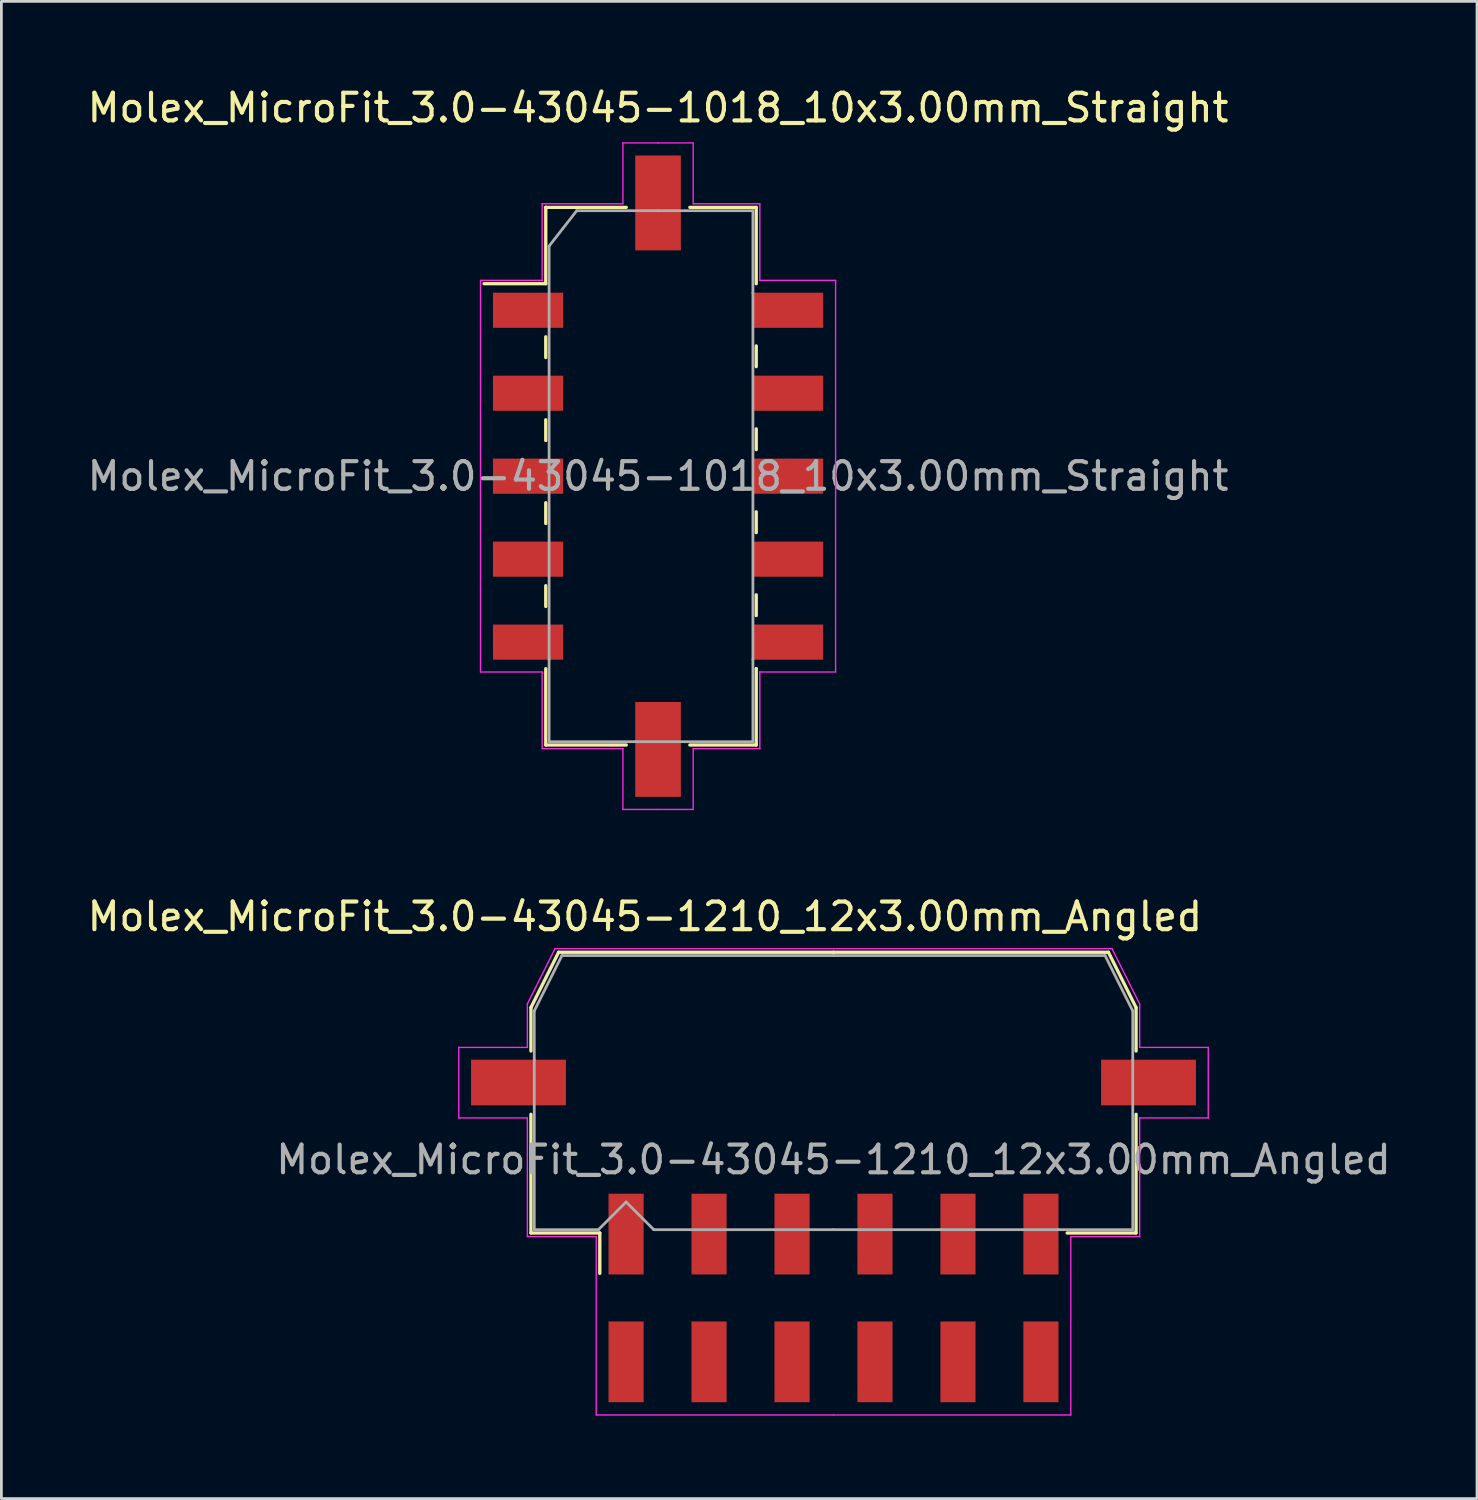
<source format=kicad_pcb>
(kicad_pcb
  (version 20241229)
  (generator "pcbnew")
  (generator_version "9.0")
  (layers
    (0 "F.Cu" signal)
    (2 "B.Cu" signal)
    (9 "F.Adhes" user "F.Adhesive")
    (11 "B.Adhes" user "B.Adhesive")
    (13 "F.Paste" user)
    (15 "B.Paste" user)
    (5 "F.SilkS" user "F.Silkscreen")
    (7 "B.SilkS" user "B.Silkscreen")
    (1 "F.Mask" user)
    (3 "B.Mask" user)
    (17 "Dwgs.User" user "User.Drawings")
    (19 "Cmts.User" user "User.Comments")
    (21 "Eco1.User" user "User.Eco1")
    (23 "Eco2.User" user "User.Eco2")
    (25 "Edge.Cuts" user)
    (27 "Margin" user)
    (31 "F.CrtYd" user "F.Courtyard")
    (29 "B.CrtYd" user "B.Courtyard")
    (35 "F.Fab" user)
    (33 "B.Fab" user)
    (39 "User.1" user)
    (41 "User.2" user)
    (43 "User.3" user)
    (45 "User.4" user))
  (footprint "Molex_MicroFit_3.0-43045-1210_12x3.00mm_Angled"
    (layer "F.Cu")
    (at 27.088 43.882)
    (property "Reference" "Molex_MicroFit_3.0-43045-1210_12x3.00mm_Angled" (at -6.82 -13.79 0) (layer "F.SilkS") (effects (font (size 1 1) (thickness 0.15))))
    (attr smd)
    (fp_line (start -10.94 -10.5) (end -10.94 -8.93) (stroke (width 0.12) (type solid)) (layer "F.SilkS"))
    (fp_line (start -10.94 -6.64) (end -10.94 -2.35) (stroke (width 0.12) (type solid)) (layer "F.SilkS"))
    (fp_line (start -10.94 -2.35) (end -8.45 -2.35) (stroke (width 0.12) (type solid)) (layer "F.SilkS"))
    (fp_line (start -9.94 -12.5) (end -10.94 -10.5) (stroke (width 0.12) (type solid)) (layer "F.SilkS"))
    (fp_line (start -8.45 -2.35) (end -8.45 -0.89) (stroke (width 0.12) (type solid)) (layer "F.SilkS"))
    (fp_line (start 0 -12.5) (end -9.94 -12.5) (stroke (width 0.12) (type solid)) (layer "F.SilkS"))
    (fp_line (start 0 -12.5) (end 9.94 -12.5) (stroke (width 0.12) (type solid)) (layer "F.SilkS"))
    (fp_line (start 9.94 -12.5) (end 10.94 -10.5) (stroke (width 0.12) (type solid)) (layer "F.SilkS"))
    (fp_line (start 10.94 -10.5) (end 10.94 -8.93) (stroke (width 0.12) (type solid)) (layer "F.SilkS"))
    (fp_line (start 10.94 -6.64) (end 10.94 -2.35) (stroke (width 0.12) (type solid)) (layer "F.SilkS"))
    (fp_line (start 10.94 -2.35) (end 8.45 -2.35) (stroke (width 0.12) (type solid)) (layer "F.SilkS"))
    (fp_line (start -13.55 -9.06) (end -13.55 -6.51) (stroke (width 0.05) (type solid)) (layer "F.CrtYd"))
    (fp_line (start -13.55 -6.51) (end -11.07 -6.51) (stroke (width 0.05) (type solid)) (layer "F.CrtYd"))
    (fp_line (start -11.07 -10.63) (end -11.07 -9.06) (stroke (width 0.05) (type solid)) (layer "F.CrtYd"))
    (fp_line (start -11.07 -9.06) (end -13.55 -9.06) (stroke (width 0.05) (type solid)) (layer "F.CrtYd"))
    (fp_line (start -11.07 -6.51) (end -11.07 -2.22) (stroke (width 0.05) (type solid)) (layer "F.CrtYd"))
    (fp_line (start -11.07 -2.22) (end -8.58 -2.22) (stroke (width 0.05) (type solid)) (layer "F.CrtYd"))
    (fp_line (start -10.07 -12.63) (end -11.07 -10.63) (stroke (width 0.05) (type solid)) (layer "F.CrtYd"))
    (fp_line (start -8.58 -2.22) (end -8.58 4.23) (stroke (width 0.05) (type solid)) (layer "F.CrtYd"))
    (fp_line (start -8.58 4.23) (end 0 4.23) (stroke (width 0.05) (type solid)) (layer "F.CrtYd"))
    (fp_line (start 0 -12.63) (end -10.07 -12.63) (stroke (width 0.05) (type solid)) (layer "F.CrtYd"))
    (fp_line (start 0 -12.63) (end 10.07 -12.63) (stroke (width 0.05) (type solid)) (layer "F.CrtYd"))
    (fp_line (start 8.58 -2.22) (end 8.58 4.23) (stroke (width 0.05) (type solid)) (layer "F.CrtYd"))
    (fp_line (start 8.58 4.23) (end 0 4.23) (stroke (width 0.05) (type solid)) (layer "F.CrtYd"))
    (fp_line (start 10.07 -12.63) (end 11.07 -10.63) (stroke (width 0.05) (type solid)) (layer "F.CrtYd"))
    (fp_line (start 11.07 -10.63) (end 11.07 -9.06) (stroke (width 0.05) (type solid)) (layer "F.CrtYd"))
    (fp_line (start 11.07 -9.06) (end 13.55 -9.06) (stroke (width 0.05) (type solid)) (layer "F.CrtYd"))
    (fp_line (start 11.07 -6.51) (end 11.07 -2.22) (stroke (width 0.05) (type solid)) (layer "F.CrtYd"))
    (fp_line (start 11.07 -2.22) (end 8.58 -2.22) (stroke (width 0.05) (type solid)) (layer "F.CrtYd"))
    (fp_line (start 13.55 -9.06) (end 13.55 -6.51) (stroke (width 0.05) (type solid)) (layer "F.CrtYd"))
    (fp_line (start 13.55 -6.51) (end 11.07 -6.51) (stroke (width 0.05) (type solid)) (layer "F.CrtYd"))
    (fp_line (start -10.82 -10.38) (end -10.82 -8.61) (stroke (width 0.1) (type solid)) (layer "F.Fab"))
    (fp_line (start -10.82 -8.61) (end -10.82 -2.47) (stroke (width 0.1) (type solid)) (layer "F.Fab"))
    (fp_line (start -10.82 -2.47) (end -8.5 -2.47) (stroke (width 0.1) (type solid)) (layer "F.Fab"))
    (fp_line (start -9.82 -12.38) (end -10.82 -10.38) (stroke (width 0.1) (type solid)) (layer "F.Fab"))
    (fp_line (start -8.5 -2.47) (end -7.5 -3.47) (stroke (width 0.1) (type solid)) (layer "F.Fab"))
    (fp_line (start -7.5 -3.47) (end -6.5 -2.47) (stroke (width 0.1) (type solid)) (layer "F.Fab"))
    (fp_line (start -6.5 -2.47) (end 0 -2.47) (stroke (width 0.1) (type solid)) (layer "F.Fab"))
    (fp_line (start 0 -12.38) (end -9.82 -12.38) (stroke (width 0.1) (type solid)) (layer "F.Fab"))
    (fp_line (start 0 -12.38) (end 9.82 -12.38) (stroke (width 0.1) (type solid)) (layer "F.Fab"))
    (fp_line (start 8.13 -2.47) (end 0 -2.47) (stroke (width 0.1) (type solid)) (layer "F.Fab"))
    (fp_line (start 9.82 -12.38) (end 10.82 -10.38) (stroke (width 0.1) (type solid)) (layer "F.Fab"))
    (fp_line (start 10.82 -10.38) (end 10.82 -8.61) (stroke (width 0.1) (type solid)) (layer "F.Fab"))
    (fp_line (start 10.82 -8.61) (end 10.82 -2.47) (stroke (width 0.1) (type solid)) (layer "F.Fab"))
    (fp_line (start 10.82 -2.47) (end 8.13 -2.47) (stroke (width 0.1) (type solid)) (layer "F.Fab"))
    (fp_text user "${REFERENCE}" (at 0 -5 0) (layer "F.Fab") (effects (font (size 1 1) (thickness 0.15))))
    (pad "" smd rect (at -11.39 -7.79) (size 3.43 1.65) (layers "F.Cu" "F.Mask" "F.Paste"))
    (pad "" smd rect (at 11.39 -7.79) (size 3.43 1.65) (layers "F.Cu" "F.Mask" "F.Paste"))
    (pad "1" smd rect (at -7.5 -2.31) (size 1.27 2.92) (layers "F.Cu" "F.Mask" "F.Paste"))
    (pad "2" smd rect (at -4.5 -2.31) (size 1.27 2.92) (layers "F.Cu" "F.Mask" "F.Paste"))
    (pad "3" smd rect (at -1.5 -2.31) (size 1.27 2.92) (layers "F.Cu" "F.Mask" "F.Paste"))
    (pad "4" smd rect (at 1.5 -2.31) (size 1.27 2.92) (layers "F.Cu" "F.Mask" "F.Paste"))
    (pad "5" smd rect (at 4.5 -2.31) (size 1.27 2.92) (layers "F.Cu" "F.Mask" "F.Paste"))
    (pad "6" smd rect (at 7.5 -2.31) (size 1.27 2.92) (layers "F.Cu" "F.Mask" "F.Paste"))
    (pad "7" smd rect (at 7.5 2.31) (size 1.27 2.92) (layers "F.Cu" "F.Mask" "F.Paste"))
    (pad "8" smd rect (at 4.5 2.31) (size 1.27 2.92) (layers "F.Cu" "F.Mask" "F.Paste"))
    (pad "9" smd rect (at 1.5 2.31) (size 1.27 2.92) (layers "F.Cu" "F.Mask" "F.Paste"))
    (pad "10" smd rect (at -1.5 2.31) (size 1.27 2.92) (layers "F.Cu" "F.Mask" "F.Paste"))
    (pad "11" smd rect (at -4.5 2.31) (size 1.27 2.92) (layers "F.Cu" "F.Mask" "F.Paste"))
    (pad "12" smd rect (at -7.5 2.31) (size 1.27 2.92) (layers "F.Cu" "F.Mask" "F.Paste")))
  (footprint "Molex_MicroFit_3.0-43045-1018_10x3.00mm_Straight"
    (layer "F.Cu")
    (at 20.744 14.168)
    (property "Reference" "Molex_MicroFit_3.0-43045-1018_10x3.00mm_Straight" (at 0 -13.32 0) (layer "F.SilkS") (effects (font (size 1 1) (thickness 0.15))))
    (attr smd)
    (fp_line (start -6.29 -6.96) (end -4.06 -6.96) (stroke (width 0.12) (type solid)) (layer "F.SilkS"))
    (fp_line (start -4.06 -9.72) (end -4.06 -9.72) (stroke (width 0.12) (type solid)) (layer "F.SilkS"))
    (fp_line (start -4.06 -9.72) (end -1.15 -9.72) (stroke (width 0.12) (type solid)) (layer "F.SilkS"))
    (fp_line (start -4.06 -6.96) (end -4.06 -9.72) (stroke (width 0.12) (type solid)) (layer "F.SilkS"))
    (fp_line (start -4.06 -5.04) (end -4.06 -4.29) (stroke (width 0.12) (type solid)) (layer "F.SilkS"))
    (fp_line (start -4.06 -2.04) (end -4.06 -1.29) (stroke (width 0.12) (type solid)) (layer "F.SilkS"))
    (fp_line (start -4.06 0.96) (end -4.06 1.71) (stroke (width 0.12) (type solid)) (layer "F.SilkS"))
    (fp_line (start -4.06 3.96) (end -4.06 4.71) (stroke (width 0.12) (type solid)) (layer "F.SilkS"))
    (fp_line (start -4.06 9.72) (end -4.06 6.96) (stroke (width 0.12) (type solid)) (layer "F.SilkS"))
    (fp_line (start -1.15 9.72) (end -4.06 9.72) (stroke (width 0.12) (type solid)) (layer "F.SilkS"))
    (fp_line (start 1.15 -9.72) (end 3.55 -9.72) (stroke (width 0.12) (type solid)) (layer "F.SilkS"))
    (fp_line (start 3.55 -9.72) (end 3.55 -6.96) (stroke (width 0.12) (type solid)) (layer "F.SilkS"))
    (fp_line (start 3.55 -3.96) (end 3.55 -4.71) (stroke (width 0.12) (type solid)) (layer "F.SilkS"))
    (fp_line (start 3.55 -0.96) (end 3.55 -1.71) (stroke (width 0.12) (type solid)) (layer "F.SilkS"))
    (fp_line (start 3.55 2.04) (end 3.55 1.29) (stroke (width 0.12) (type solid)) (layer "F.SilkS"))
    (fp_line (start 3.55 5.04) (end 3.55 4.29) (stroke (width 0.12) (type solid)) (layer "F.SilkS"))
    (fp_line (start 3.55 6.96) (end 3.55 6.96) (stroke (width 0.12) (type solid)) (layer "F.SilkS"))
    (fp_line (start 3.55 6.96) (end 3.55 9.72) (stroke (width 0.12) (type solid)) (layer "F.SilkS"))
    (fp_line (start 3.55 9.72) (end 1.15 9.72) (stroke (width 0.12) (type solid)) (layer "F.SilkS"))
    (fp_line (start -6.42 -7.08) (end -4.19 -7.08) (stroke (width 0.05) (type solid)) (layer "F.CrtYd"))
    (fp_line (start -6.42 7.08) (end -6.42 -7.08) (stroke (width 0.05) (type solid)) (layer "F.CrtYd"))
    (fp_line (start -4.19 -9.85) (end -4.19 -9.85) (stroke (width 0.05) (type solid)) (layer "F.CrtYd"))
    (fp_line (start -4.19 -9.85) (end -1.27 -9.85) (stroke (width 0.05) (type solid)) (layer "F.CrtYd"))
    (fp_line (start -4.19 -7.08) (end -4.19 -9.85) (stroke (width 0.05) (type solid)) (layer "F.CrtYd"))
    (fp_line (start -4.19 7.08) (end -6.42 7.08) (stroke (width 0.05) (type solid)) (layer "F.CrtYd"))
    (fp_line (start -4.19 9.85) (end -4.19 7.08) (stroke (width 0.05) (type solid)) (layer "F.CrtYd"))
    (fp_line (start -1.27 -12.05) (end 0 -12.05) (stroke (width 0.05) (type solid)) (layer "F.CrtYd"))
    (fp_line (start -1.27 -9.85) (end -1.27 -12.05) (stroke (width 0.05) (type solid)) (layer "F.CrtYd"))
    (fp_line (start -1.27 9.85) (end -4.19 9.85) (stroke (width 0.05) (type solid)) (layer "F.CrtYd"))
    (fp_line (start -1.27 12.05) (end -1.27 9.85) (stroke (width 0.05) (type solid)) (layer "F.CrtYd"))
    (fp_line (start 0 -12.05) (end 1.27 -12.05) (stroke (width 0.05) (type solid)) (layer "F.CrtYd"))
    (fp_line (start 0 12.05) (end -1.27 12.05) (stroke (width 0.05) (type solid)) (layer "F.CrtYd"))
    (fp_line (start 1.27 -12.05) (end 1.27 -9.85) (stroke (width 0.05) (type solid)) (layer "F.CrtYd"))
    (fp_line (start 1.27 -9.85) (end 3.68 -9.85) (stroke (width 0.05) (type solid)) (layer "F.CrtYd"))
    (fp_line (start 1.27 9.85) (end 1.27 12.05) (stroke (width 0.05) (type solid)) (layer "F.CrtYd"))
    (fp_line (start 1.27 12.05) (end 0 12.05) (stroke (width 0.05) (type solid)) (layer "F.CrtYd"))
    (fp_line (start 3.68 -9.85) (end 3.68 -7.08) (stroke (width 0.05) (type solid)) (layer "F.CrtYd"))
    (fp_line (start 3.68 -7.08) (end 6.42 -7.08) (stroke (width 0.05) (type solid)) (layer "F.CrtYd"))
    (fp_line (start 3.68 7.08) (end 3.68 7.08) (stroke (width 0.05) (type solid)) (layer "F.CrtYd"))
    (fp_line (start 3.68 7.08) (end 3.68 9.85) (stroke (width 0.05) (type solid)) (layer "F.CrtYd"))
    (fp_line (start 3.68 9.85) (end 1.27 9.85) (stroke (width 0.05) (type solid)) (layer "F.CrtYd"))
    (fp_line (start 6.42 -7.08) (end 6.42 7.08) (stroke (width 0.05) (type solid)) (layer "F.CrtYd"))
    (fp_line (start 6.42 7.08) (end 3.68 7.08) (stroke (width 0.05) (type solid)) (layer "F.CrtYd"))
    (fp_line (start -3.94 -8.32) (end -2.94 -9.6) (stroke (width 0.1) (type solid)) (layer "F.Fab"))
    (fp_line (start -3.94 6.63) (end -3.94 -8.32) (stroke (width 0.1) (type solid)) (layer "F.Fab"))
    (fp_line (start -3.94 9.6) (end -3.94 6.63) (stroke (width 0.1) (type solid)) (layer "F.Fab"))
    (fp_line (start -2.94 -9.6) (end 0 -9.6) (stroke (width 0.1) (type solid)) (layer "F.Fab"))
    (fp_line (start -0.82 9.6) (end -3.94 9.6) (stroke (width 0.1) (type solid)) (layer "F.Fab"))
    (fp_line (start 0 -9.6) (end 3.43 -9.6) (stroke (width 0.1) (type solid)) (layer "F.Fab"))
    (fp_line (start 3.43 -9.6) (end 3.43 -6.63) (stroke (width 0.1) (type solid)) (layer "F.Fab"))
    (fp_line (start 3.43 -6.63) (end 3.43 6.63) (stroke (width 0.1) (type solid)) (layer "F.Fab"))
    (fp_line (start 3.43 6.63) (end 3.43 9.6) (stroke (width 0.1) (type solid)) (layer "F.Fab"))
    (fp_line (start 3.43 9.6) (end -0.82 9.6) (stroke (width 0.1) (type solid)) (layer "F.Fab"))
    (fp_text user "${REFERENCE}" (at 0 0 0) (layer "F.Fab") (effects (font (size 1 1) (thickness 0.15))))
    (pad "" smd rect (at 0 -9.88) (size 1.65 3.43) (layers "F.Cu" "F.Mask" "F.Paste"))
    (pad "" smd rect (at 0 9.88) (size 1.65 3.43) (layers "F.Cu" "F.Mask" "F.Paste"))
    (pad "1" smd rect (at -4.7 -6) (size 2.54 1.27) (layers "F.Cu" "F.Mask" "F.Paste"))
    (pad "2" smd rect (at -4.7 -3) (size 2.54 1.27) (layers "F.Cu" "F.Mask" "F.Paste"))
    (pad "3" smd rect (at -4.7 0) (size 2.54 1.27) (layers "F.Cu" "F.Mask" "F.Paste"))
    (pad "4" smd rect (at -4.7 3) (size 2.54 1.27) (layers "F.Cu" "F.Mask" "F.Paste"))
    (pad "5" smd rect (at -4.7 6) (size 2.54 1.27) (layers "F.Cu" "F.Mask" "F.Paste"))
    (pad "6" smd rect (at 4.7 6) (size 2.54 1.27) (layers "F.Cu" "F.Mask" "F.Paste"))
    (pad "7" smd rect (at 4.7 3) (size 2.54 1.27) (layers "F.Cu" "F.Mask" "F.Paste"))
    (pad "8" smd rect (at 4.7 0) (size 2.54 1.27) (layers "F.Cu" "F.Mask" "F.Paste"))
    (pad "9" smd rect (at 4.7 -3) (size 2.54 1.27) (layers "F.Cu" "F.Mask" "F.Paste"))
    (pad "10" smd rect (at 4.7 -6) (size 2.54 1.27) (layers "F.Cu" "F.Mask" "F.Paste")))
  (gr_rect
    (start -3 -3)
    (end 50.356 51.136)
    (stroke (width 0.1) (type default))
    (fill no)
    (layer "Edge.Cuts")))
</source>
